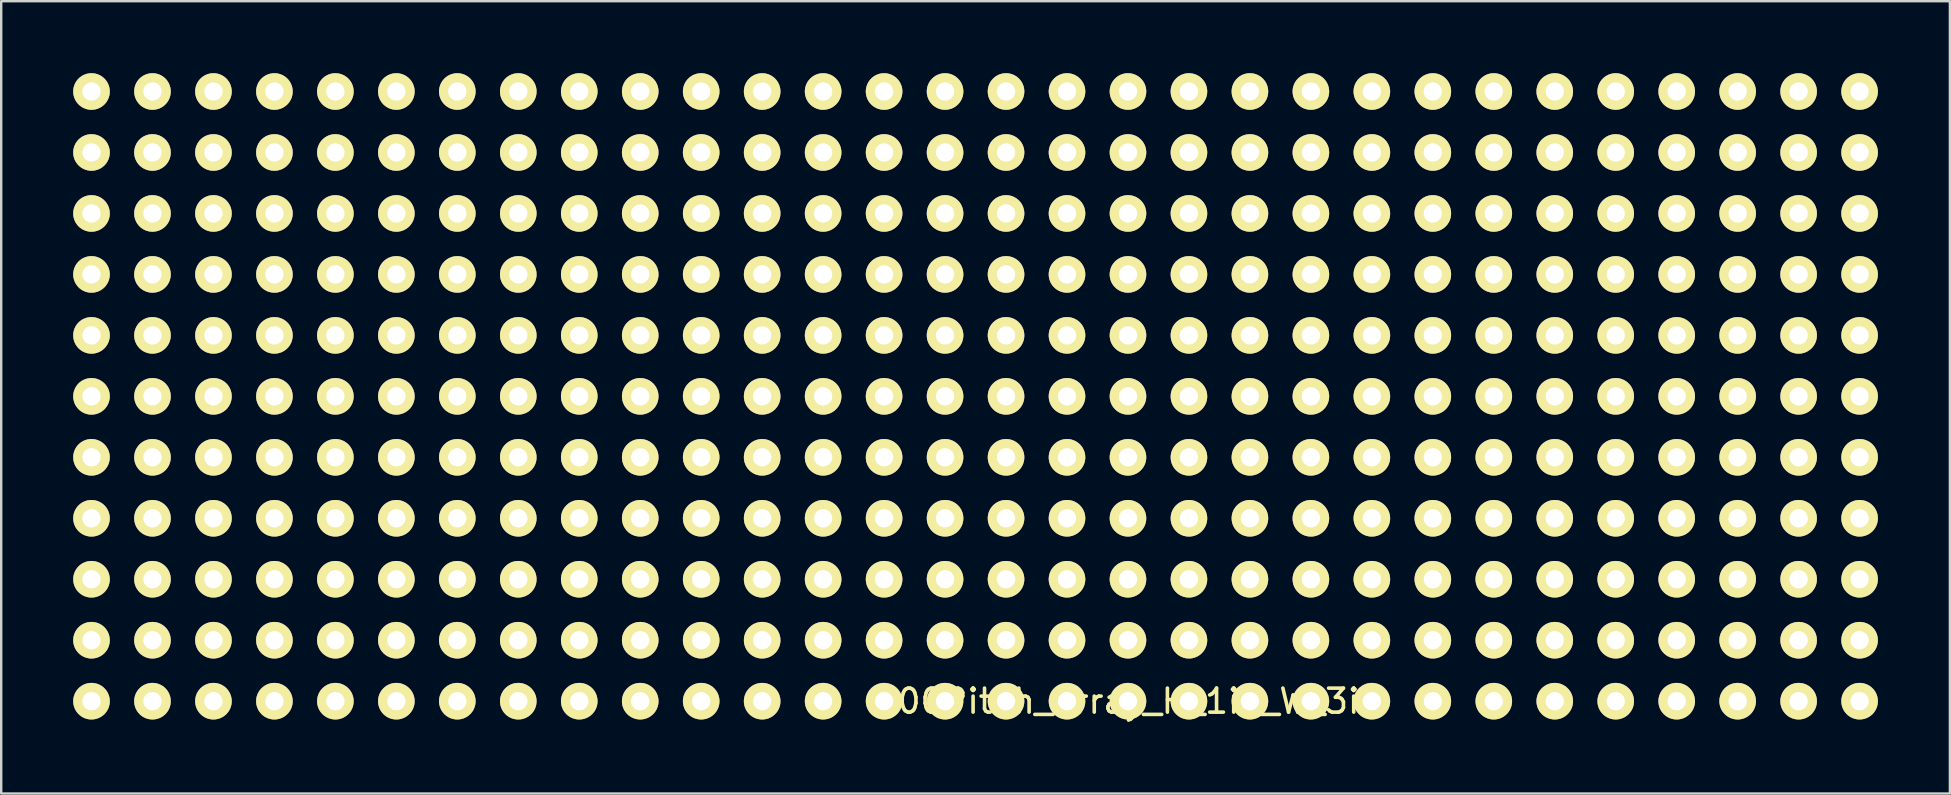
<source format=kicad_pcb>
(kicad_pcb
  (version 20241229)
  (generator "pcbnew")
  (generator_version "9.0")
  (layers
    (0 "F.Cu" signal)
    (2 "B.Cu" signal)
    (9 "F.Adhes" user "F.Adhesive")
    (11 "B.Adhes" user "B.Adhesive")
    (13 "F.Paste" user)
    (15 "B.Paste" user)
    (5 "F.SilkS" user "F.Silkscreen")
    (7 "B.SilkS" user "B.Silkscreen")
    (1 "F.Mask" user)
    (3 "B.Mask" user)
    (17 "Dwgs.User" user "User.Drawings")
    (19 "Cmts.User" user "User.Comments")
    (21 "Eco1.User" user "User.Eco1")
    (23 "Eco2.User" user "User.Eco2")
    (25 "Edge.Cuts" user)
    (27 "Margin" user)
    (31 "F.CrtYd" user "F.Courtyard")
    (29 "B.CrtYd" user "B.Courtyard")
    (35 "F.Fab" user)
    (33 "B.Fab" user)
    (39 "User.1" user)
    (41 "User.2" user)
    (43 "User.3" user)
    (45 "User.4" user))
  (footprint "100Pitch_Array_H_1in_W_3in"
    (layer "F.Cu")
    (at 0.762 0.762)
    (property "Reference" "100Pitch_Array_H_1in_W_3in" (at 43.18 25.4 0) (layer "F.SilkS") (effects (font (size 1 1) (thickness 0.15))))
    (attr through_hole)
    (pad "~" thru_hole circle (at 0 0) (size 1.524 1.524) (drill 0.762) (layers "*.Cu" "*.Mask" "F.SilkS"))
    (pad "~" thru_hole circle (at 0 2.54) (size 1.524 1.524) (drill 0.762) (layers "*.Cu" "*.Mask" "F.SilkS"))
    (pad "~" thru_hole circle (at 0 5.08) (size 1.524 1.524) (drill 0.762) (layers "*.Cu" "*.Mask" "F.SilkS"))
    (pad "~" thru_hole circle (at 0 7.62) (size 1.524 1.524) (drill 0.762) (layers "*.Cu" "*.Mask" "F.SilkS"))
    (pad "~" thru_hole circle (at 0 10.16) (size 1.524 1.524) (drill 0.762) (layers "*.Cu" "*.Mask" "F.SilkS"))
    (pad "~" thru_hole circle (at 0 12.7) (size 1.524 1.524) (drill 0.762) (layers "*.Cu" "*.Mask" "F.SilkS"))
    (pad "~" thru_hole circle (at 0 15.24) (size 1.524 1.524) (drill 0.762) (layers "*.Cu" "*.Mask" "F.SilkS"))
    (pad "~" thru_hole circle (at 0 17.78) (size 1.524 1.524) (drill 0.762) (layers "*.Cu" "*.Mask" "F.SilkS"))
    (pad "~" thru_hole circle (at 0 20.32) (size 1.524 1.524) (drill 0.762) (layers "*.Cu" "*.Mask" "F.SilkS"))
    (pad "~" thru_hole circle (at 0 22.86) (size 1.524 1.524) (drill 0.762) (layers "*.Cu" "*.Mask" "F.SilkS"))
    (pad "~" thru_hole circle (at 0 25.4) (size 1.524 1.524) (drill 0.762) (layers "*.Cu" "*.Mask" "F.SilkS"))
    (pad "~" thru_hole circle (at 2.54 0) (size 1.524 1.524) (drill 0.762) (layers "*.Cu" "*.Mask" "F.SilkS"))
    (pad "~" thru_hole circle (at 2.54 2.54) (size 1.524 1.524) (drill 0.762) (layers "*.Cu" "*.Mask" "F.SilkS"))
    (pad "~" thru_hole circle (at 2.54 5.08) (size 1.524 1.524) (drill 0.762) (layers "*.Cu" "*.Mask" "F.SilkS"))
    (pad "~" thru_hole circle (at 2.54 7.62) (size 1.524 1.524) (drill 0.762) (layers "*.Cu" "*.Mask" "F.SilkS"))
    (pad "~" thru_hole circle (at 2.54 10.16) (size 1.524 1.524) (drill 0.762) (layers "*.Cu" "*.Mask" "F.SilkS"))
    (pad "~" thru_hole circle (at 2.54 12.7) (size 1.524 1.524) (drill 0.762) (layers "*.Cu" "*.Mask" "F.SilkS"))
    (pad "~" thru_hole circle (at 2.54 15.24) (size 1.524 1.524) (drill 0.762) (layers "*.Cu" "*.Mask" "F.SilkS"))
    (pad "~" thru_hole circle (at 2.54 17.78) (size 1.524 1.524) (drill 0.762) (layers "*.Cu" "*.Mask" "F.SilkS"))
    (pad "~" thru_hole circle (at 2.54 20.32) (size 1.524 1.524) (drill 0.762) (layers "*.Cu" "*.Mask" "F.SilkS"))
    (pad "~" thru_hole circle (at 2.54 22.86) (size 1.524 1.524) (drill 0.762) (layers "*.Cu" "*.Mask" "F.SilkS"))
    (pad "~" thru_hole circle (at 2.54 25.4) (size 1.524 1.524) (drill 0.762) (layers "*.Cu" "*.Mask" "F.SilkS"))
    (pad "~" thru_hole circle (at 5.08 0) (size 1.524 1.524) (drill 0.762) (layers "*.Cu" "*.Mask" "F.SilkS"))
    (pad "~" thru_hole circle (at 5.08 2.54) (size 1.524 1.524) (drill 0.762) (layers "*.Cu" "*.Mask" "F.SilkS"))
    (pad "~" thru_hole circle (at 5.08 5.08) (size 1.524 1.524) (drill 0.762) (layers "*.Cu" "*.Mask" "F.SilkS"))
    (pad "~" thru_hole circle (at 5.08 7.62) (size 1.524 1.524) (drill 0.762) (layers "*.Cu" "*.Mask" "F.SilkS"))
    (pad "~" thru_hole circle (at 5.08 10.16) (size 1.524 1.524) (drill 0.762) (layers "*.Cu" "*.Mask" "F.SilkS"))
    (pad "~" thru_hole circle (at 5.08 12.7) (size 1.524 1.524) (drill 0.762) (layers "*.Cu" "*.Mask" "F.SilkS"))
    (pad "~" thru_hole circle (at 5.08 15.24) (size 1.524 1.524) (drill 0.762) (layers "*.Cu" "*.Mask" "F.SilkS"))
    (pad "~" thru_hole circle (at 5.08 17.78) (size 1.524 1.524) (drill 0.762) (layers "*.Cu" "*.Mask" "F.SilkS"))
    (pad "~" thru_hole circle (at 5.08 20.32) (size 1.524 1.524) (drill 0.762) (layers "*.Cu" "*.Mask" "F.SilkS"))
    (pad "~" thru_hole circle (at 5.08 22.86) (size 1.524 1.524) (drill 0.762) (layers "*.Cu" "*.Mask" "F.SilkS"))
    (pad "~" thru_hole circle (at 5.08 25.4) (size 1.524 1.524) (drill 0.762) (layers "*.Cu" "*.Mask" "F.SilkS"))
    (pad "~" thru_hole circle (at 7.62 0) (size 1.524 1.524) (drill 0.762) (layers "*.Cu" "*.Mask" "F.SilkS"))
    (pad "~" thru_hole circle (at 7.62 2.54) (size 1.524 1.524) (drill 0.762) (layers "*.Cu" "*.Mask" "F.SilkS"))
    (pad "~" thru_hole circle (at 7.62 5.08) (size 1.524 1.524) (drill 0.762) (layers "*.Cu" "*.Mask" "F.SilkS"))
    (pad "~" thru_hole circle (at 7.62 7.62) (size 1.524 1.524) (drill 0.762) (layers "*.Cu" "*.Mask" "F.SilkS"))
    (pad "~" thru_hole circle (at 7.62 10.16) (size 1.524 1.524) (drill 0.762) (layers "*.Cu" "*.Mask" "F.SilkS"))
    (pad "~" thru_hole circle (at 7.62 12.7) (size 1.524 1.524) (drill 0.762) (layers "*.Cu" "*.Mask" "F.SilkS"))
    (pad "~" thru_hole circle (at 7.62 15.24) (size 1.524 1.524) (drill 0.762) (layers "*.Cu" "*.Mask" "F.SilkS"))
    (pad "~" thru_hole circle (at 7.62 17.78) (size 1.524 1.524) (drill 0.762) (layers "*.Cu" "*.Mask" "F.SilkS"))
    (pad "~" thru_hole circle (at 7.62 20.32) (size 1.524 1.524) (drill 0.762) (layers "*.Cu" "*.Mask" "F.SilkS"))
    (pad "~" thru_hole circle (at 7.62 22.86) (size 1.524 1.524) (drill 0.762) (layers "*.Cu" "*.Mask" "F.SilkS"))
    (pad "~" thru_hole circle (at 7.62 25.4) (size 1.524 1.524) (drill 0.762) (layers "*.Cu" "*.Mask" "F.SilkS"))
    (pad "~" thru_hole circle (at 10.16 0) (size 1.524 1.524) (drill 0.762) (layers "*.Cu" "*.Mask" "F.SilkS"))
    (pad "~" thru_hole circle (at 10.16 2.54) (size 1.524 1.524) (drill 0.762) (layers "*.Cu" "*.Mask" "F.SilkS"))
    (pad "~" thru_hole circle (at 10.16 5.08) (size 1.524 1.524) (drill 0.762) (layers "*.Cu" "*.Mask" "F.SilkS"))
    (pad "~" thru_hole circle (at 10.16 7.62) (size 1.524 1.524) (drill 0.762) (layers "*.Cu" "*.Mask" "F.SilkS"))
    (pad "~" thru_hole circle (at 10.16 10.16) (size 1.524 1.524) (drill 0.762) (layers "*.Cu" "*.Mask" "F.SilkS"))
    (pad "~" thru_hole circle (at 10.16 12.7) (size 1.524 1.524) (drill 0.762) (layers "*.Cu" "*.Mask" "F.SilkS"))
    (pad "~" thru_hole circle (at 10.16 15.24) (size 1.524 1.524) (drill 0.762) (layers "*.Cu" "*.Mask" "F.SilkS"))
    (pad "~" thru_hole circle (at 10.16 17.78) (size 1.524 1.524) (drill 0.762) (layers "*.Cu" "*.Mask" "F.SilkS"))
    (pad "~" thru_hole circle (at 10.16 20.32) (size 1.524 1.524) (drill 0.762) (layers "*.Cu" "*.Mask" "F.SilkS"))
    (pad "~" thru_hole circle (at 10.16 22.86) (size 1.524 1.524) (drill 0.762) (layers "*.Cu" "*.Mask" "F.SilkS"))
    (pad "~" thru_hole circle (at 10.16 25.4) (size 1.524 1.524) (drill 0.762) (layers "*.Cu" "*.Mask" "F.SilkS"))
    (pad "~" thru_hole circle (at 12.7 0) (size 1.524 1.524) (drill 0.762) (layers "*.Cu" "*.Mask" "F.SilkS"))
    (pad "~" thru_hole circle (at 12.7 2.54) (size 1.524 1.524) (drill 0.762) (layers "*.Cu" "*.Mask" "F.SilkS"))
    (pad "~" thru_hole circle (at 12.7 5.08) (size 1.524 1.524) (drill 0.762) (layers "*.Cu" "*.Mask" "F.SilkS"))
    (pad "~" thru_hole circle (at 12.7 7.62) (size 1.524 1.524) (drill 0.762) (layers "*.Cu" "*.Mask" "F.SilkS"))
    (pad "~" thru_hole circle (at 12.7 10.16) (size 1.524 1.524) (drill 0.762) (layers "*.Cu" "*.Mask" "F.SilkS"))
    (pad "~" thru_hole circle (at 12.7 12.7) (size 1.524 1.524) (drill 0.762) (layers "*.Cu" "*.Mask" "F.SilkS"))
    (pad "~" thru_hole circle (at 12.7 15.24) (size 1.524 1.524) (drill 0.762) (layers "*.Cu" "*.Mask" "F.SilkS"))
    (pad "~" thru_hole circle (at 12.7 17.78) (size 1.524 1.524) (drill 0.762) (layers "*.Cu" "*.Mask" "F.SilkS"))
    (pad "~" thru_hole circle (at 12.7 20.32) (size 1.524 1.524) (drill 0.762) (layers "*.Cu" "*.Mask" "F.SilkS"))
    (pad "~" thru_hole circle (at 12.7 22.86) (size 1.524 1.524) (drill 0.762) (layers "*.Cu" "*.Mask" "F.SilkS"))
    (pad "~" thru_hole circle (at 12.7 25.4) (size 1.524 1.524) (drill 0.762) (layers "*.Cu" "*.Mask" "F.SilkS"))
    (pad "~" thru_hole circle (at 15.24 0) (size 1.524 1.524) (drill 0.762) (layers "*.Cu" "*.Mask" "F.SilkS"))
    (pad "~" thru_hole circle (at 15.24 2.54) (size 1.524 1.524) (drill 0.762) (layers "*.Cu" "*.Mask" "F.SilkS"))
    (pad "~" thru_hole circle (at 15.24 5.08) (size 1.524 1.524) (drill 0.762) (layers "*.Cu" "*.Mask" "F.SilkS"))
    (pad "~" thru_hole circle (at 15.24 7.62) (size 1.524 1.524) (drill 0.762) (layers "*.Cu" "*.Mask" "F.SilkS"))
    (pad "~" thru_hole circle (at 15.24 10.16) (size 1.524 1.524) (drill 0.762) (layers "*.Cu" "*.Mask" "F.SilkS"))
    (pad "~" thru_hole circle (at 15.24 12.7) (size 1.524 1.524) (drill 0.762) (layers "*.Cu" "*.Mask" "F.SilkS"))
    (pad "~" thru_hole circle (at 15.24 15.24) (size 1.524 1.524) (drill 0.762) (layers "*.Cu" "*.Mask" "F.SilkS"))
    (pad "~" thru_hole circle (at 15.24 17.78) (size 1.524 1.524) (drill 0.762) (layers "*.Cu" "*.Mask" "F.SilkS"))
    (pad "~" thru_hole circle (at 15.24 20.32) (size 1.524 1.524) (drill 0.762) (layers "*.Cu" "*.Mask" "F.SilkS"))
    (pad "~" thru_hole circle (at 15.24 22.86) (size 1.524 1.524) (drill 0.762) (layers "*.Cu" "*.Mask" "F.SilkS"))
    (pad "~" thru_hole circle (at 15.24 25.4) (size 1.524 1.524) (drill 0.762) (layers "*.Cu" "*.Mask" "F.SilkS"))
    (pad "~" thru_hole circle (at 17.78 0) (size 1.524 1.524) (drill 0.762) (layers "*.Cu" "*.Mask" "F.SilkS"))
    (pad "~" thru_hole circle (at 17.78 2.54) (size 1.524 1.524) (drill 0.762) (layers "*.Cu" "*.Mask" "F.SilkS"))
    (pad "~" thru_hole circle (at 17.78 5.08) (size 1.524 1.524) (drill 0.762) (layers "*.Cu" "*.Mask" "F.SilkS"))
    (pad "~" thru_hole circle (at 17.78 7.62) (size 1.524 1.524) (drill 0.762) (layers "*.Cu" "*.Mask" "F.SilkS"))
    (pad "~" thru_hole circle (at 17.78 10.16) (size 1.524 1.524) (drill 0.762) (layers "*.Cu" "*.Mask" "F.SilkS"))
    (pad "~" thru_hole circle (at 17.78 12.7) (size 1.524 1.524) (drill 0.762) (layers "*.Cu" "*.Mask" "F.SilkS"))
    (pad "~" thru_hole circle (at 17.78 15.24) (size 1.524 1.524) (drill 0.762) (layers "*.Cu" "*.Mask" "F.SilkS"))
    (pad "~" thru_hole circle (at 17.78 17.78) (size 1.524 1.524) (drill 0.762) (layers "*.Cu" "*.Mask" "F.SilkS"))
    (pad "~" thru_hole circle (at 17.78 20.32) (size 1.524 1.524) (drill 0.762) (layers "*.Cu" "*.Mask" "F.SilkS"))
    (pad "~" thru_hole circle (at 17.78 22.86) (size 1.524 1.524) (drill 0.762) (layers "*.Cu" "*.Mask" "F.SilkS"))
    (pad "~" thru_hole circle (at 17.78 25.4) (size 1.524 1.524) (drill 0.762) (layers "*.Cu" "*.Mask" "F.SilkS"))
    (pad "~" thru_hole circle (at 20.32 0) (size 1.524 1.524) (drill 0.762) (layers "*.Cu" "*.Mask" "F.SilkS"))
    (pad "~" thru_hole circle (at 20.32 2.54) (size 1.524 1.524) (drill 0.762) (layers "*.Cu" "*.Mask" "F.SilkS"))
    (pad "~" thru_hole circle (at 20.32 5.08) (size 1.524 1.524) (drill 0.762) (layers "*.Cu" "*.Mask" "F.SilkS"))
    (pad "~" thru_hole circle (at 20.32 7.62) (size 1.524 1.524) (drill 0.762) (layers "*.Cu" "*.Mask" "F.SilkS"))
    (pad "~" thru_hole circle (at 20.32 10.16) (size 1.524 1.524) (drill 0.762) (layers "*.Cu" "*.Mask" "F.SilkS"))
    (pad "~" thru_hole circle (at 20.32 12.7) (size 1.524 1.524) (drill 0.762) (layers "*.Cu" "*.Mask" "F.SilkS"))
    (pad "~" thru_hole circle (at 20.32 15.24) (size 1.524 1.524) (drill 0.762) (layers "*.Cu" "*.Mask" "F.SilkS"))
    (pad "~" thru_hole circle (at 20.32 17.78) (size 1.524 1.524) (drill 0.762) (layers "*.Cu" "*.Mask" "F.SilkS"))
    (pad "~" thru_hole circle (at 20.32 20.32) (size 1.524 1.524) (drill 0.762) (layers "*.Cu" "*.Mask" "F.SilkS"))
    (pad "~" thru_hole circle (at 20.32 22.86) (size 1.524 1.524) (drill 0.762) (layers "*.Cu" "*.Mask" "F.SilkS"))
    (pad "~" thru_hole circle (at 20.32 25.4) (size 1.524 1.524) (drill 0.762) (layers "*.Cu" "*.Mask" "F.SilkS"))
    (pad "~" thru_hole circle (at 22.86 0) (size 1.524 1.524) (drill 0.762) (layers "*.Cu" "*.Mask" "F.SilkS"))
    (pad "~" thru_hole circle (at 22.86 2.54) (size 1.524 1.524) (drill 0.762) (layers "*.Cu" "*.Mask" "F.SilkS"))
    (pad "~" thru_hole circle (at 22.86 5.08) (size 1.524 1.524) (drill 0.762) (layers "*.Cu" "*.Mask" "F.SilkS"))
    (pad "~" thru_hole circle (at 22.86 7.62) (size 1.524 1.524) (drill 0.762) (layers "*.Cu" "*.Mask" "F.SilkS"))
    (pad "~" thru_hole circle (at 22.86 10.16) (size 1.524 1.524) (drill 0.762) (layers "*.Cu" "*.Mask" "F.SilkS"))
    (pad "~" thru_hole circle (at 22.86 12.7) (size 1.524 1.524) (drill 0.762) (layers "*.Cu" "*.Mask" "F.SilkS"))
    (pad "~" thru_hole circle (at 22.86 15.24) (size 1.524 1.524) (drill 0.762) (layers "*.Cu" "*.Mask" "F.SilkS"))
    (pad "~" thru_hole circle (at 22.86 17.78) (size 1.524 1.524) (drill 0.762) (layers "*.Cu" "*.Mask" "F.SilkS"))
    (pad "~" thru_hole circle (at 22.86 20.32) (size 1.524 1.524) (drill 0.762) (layers "*.Cu" "*.Mask" "F.SilkS"))
    (pad "~" thru_hole circle (at 22.86 22.86) (size 1.524 1.524) (drill 0.762) (layers "*.Cu" "*.Mask" "F.SilkS"))
    (pad "~" thru_hole circle (at 22.86 25.4) (size 1.524 1.524) (drill 0.762) (layers "*.Cu" "*.Mask" "F.SilkS"))
    (pad "~" thru_hole circle (at 25.4 0) (size 1.524 1.524) (drill 0.762) (layers "*.Cu" "*.Mask" "F.SilkS"))
    (pad "~" thru_hole circle (at 25.4 2.54) (size 1.524 1.524) (drill 0.762) (layers "*.Cu" "*.Mask" "F.SilkS"))
    (pad "~" thru_hole circle (at 25.4 5.08) (size 1.524 1.524) (drill 0.762) (layers "*.Cu" "*.Mask" "F.SilkS"))
    (pad "~" thru_hole circle (at 25.4 7.62) (size 1.524 1.524) (drill 0.762) (layers "*.Cu" "*.Mask" "F.SilkS"))
    (pad "~" thru_hole circle (at 25.4 10.16) (size 1.524 1.524) (drill 0.762) (layers "*.Cu" "*.Mask" "F.SilkS"))
    (pad "~" thru_hole circle (at 25.4 12.7) (size 1.524 1.524) (drill 0.762) (layers "*.Cu" "*.Mask" "F.SilkS"))
    (pad "~" thru_hole circle (at 25.4 15.24) (size 1.524 1.524) (drill 0.762) (layers "*.Cu" "*.Mask" "F.SilkS"))
    (pad "~" thru_hole circle (at 25.4 17.78) (size 1.524 1.524) (drill 0.762) (layers "*.Cu" "*.Mask" "F.SilkS"))
    (pad "~" thru_hole circle (at 25.4 20.32) (size 1.524 1.524) (drill 0.762) (layers "*.Cu" "*.Mask" "F.SilkS"))
    (pad "~" thru_hole circle (at 25.4 22.86) (size 1.524 1.524) (drill 0.762) (layers "*.Cu" "*.Mask" "F.SilkS"))
    (pad "~" thru_hole circle (at 25.4 25.4) (size 1.524 1.524) (drill 0.762) (layers "*.Cu" "*.Mask" "F.SilkS"))
    (pad "~" thru_hole circle (at 27.94 0) (size 1.524 1.524) (drill 0.762) (layers "*.Cu" "*.Mask" "F.SilkS"))
    (pad "~" thru_hole circle (at 27.94 2.54) (size 1.524 1.524) (drill 0.762) (layers "*.Cu" "*.Mask" "F.SilkS"))
    (pad "~" thru_hole circle (at 27.94 5.08) (size 1.524 1.524) (drill 0.762) (layers "*.Cu" "*.Mask" "F.SilkS"))
    (pad "~" thru_hole circle (at 27.94 7.62) (size 1.524 1.524) (drill 0.762) (layers "*.Cu" "*.Mask" "F.SilkS"))
    (pad "~" thru_hole circle (at 27.94 10.16) (size 1.524 1.524) (drill 0.762) (layers "*.Cu" "*.Mask" "F.SilkS"))
    (pad "~" thru_hole circle (at 27.94 12.7) (size 1.524 1.524) (drill 0.762) (layers "*.Cu" "*.Mask" "F.SilkS"))
    (pad "~" thru_hole circle (at 27.94 15.24) (size 1.524 1.524) (drill 0.762) (layers "*.Cu" "*.Mask" "F.SilkS"))
    (pad "~" thru_hole circle (at 27.94 17.78) (size 1.524 1.524) (drill 0.762) (layers "*.Cu" "*.Mask" "F.SilkS"))
    (pad "~" thru_hole circle (at 27.94 20.32) (size 1.524 1.524) (drill 0.762) (layers "*.Cu" "*.Mask" "F.SilkS"))
    (pad "~" thru_hole circle (at 27.94 22.86) (size 1.524 1.524) (drill 0.762) (layers "*.Cu" "*.Mask" "F.SilkS"))
    (pad "~" thru_hole circle (at 27.94 25.4) (size 1.524 1.524) (drill 0.762) (layers "*.Cu" "*.Mask" "F.SilkS"))
    (pad "~" thru_hole circle (at 30.48 0) (size 1.524 1.524) (drill 0.762) (layers "*.Cu" "*.Mask" "F.SilkS"))
    (pad "~" thru_hole circle (at 30.48 2.54) (size 1.524 1.524) (drill 0.762) (layers "*.Cu" "*.Mask" "F.SilkS"))
    (pad "~" thru_hole circle (at 30.48 5.08) (size 1.524 1.524) (drill 0.762) (layers "*.Cu" "*.Mask" "F.SilkS"))
    (pad "~" thru_hole circle (at 30.48 7.62) (size 1.524 1.524) (drill 0.762) (layers "*.Cu" "*.Mask" "F.SilkS"))
    (pad "~" thru_hole circle (at 30.48 10.16) (size 1.524 1.524) (drill 0.762) (layers "*.Cu" "*.Mask" "F.SilkS"))
    (pad "~" thru_hole circle (at 30.48 12.7) (size 1.524 1.524) (drill 0.762) (layers "*.Cu" "*.Mask" "F.SilkS"))
    (pad "~" thru_hole circle (at 30.48 15.24) (size 1.524 1.524) (drill 0.762) (layers "*.Cu" "*.Mask" "F.SilkS"))
    (pad "~" thru_hole circle (at 30.48 17.78) (size 1.524 1.524) (drill 0.762) (layers "*.Cu" "*.Mask" "F.SilkS"))
    (pad "~" thru_hole circle (at 30.48 20.32) (size 1.524 1.524) (drill 0.762) (layers "*.Cu" "*.Mask" "F.SilkS"))
    (pad "~" thru_hole circle (at 30.48 22.86) (size 1.524 1.524) (drill 0.762) (layers "*.Cu" "*.Mask" "F.SilkS"))
    (pad "~" thru_hole circle (at 30.48 25.4) (size 1.524 1.524) (drill 0.762) (layers "*.Cu" "*.Mask" "F.SilkS"))
    (pad "~" thru_hole circle (at 33.02 0) (size 1.524 1.524) (drill 0.762) (layers "*.Cu" "*.Mask" "F.SilkS"))
    (pad "~" thru_hole circle (at 33.02 2.54) (size 1.524 1.524) (drill 0.762) (layers "*.Cu" "*.Mask" "F.SilkS"))
    (pad "~" thru_hole circle (at 33.02 5.08) (size 1.524 1.524) (drill 0.762) (layers "*.Cu" "*.Mask" "F.SilkS"))
    (pad "~" thru_hole circle (at 33.02 7.62) (size 1.524 1.524) (drill 0.762) (layers "*.Cu" "*.Mask" "F.SilkS"))
    (pad "~" thru_hole circle (at 33.02 10.16) (size 1.524 1.524) (drill 0.762) (layers "*.Cu" "*.Mask" "F.SilkS"))
    (pad "~" thru_hole circle (at 33.02 12.7) (size 1.524 1.524) (drill 0.762) (layers "*.Cu" "*.Mask" "F.SilkS"))
    (pad "~" thru_hole circle (at 33.02 15.24) (size 1.524 1.524) (drill 0.762) (layers "*.Cu" "*.Mask" "F.SilkS"))
    (pad "~" thru_hole circle (at 33.02 17.78) (size 1.524 1.524) (drill 0.762) (layers "*.Cu" "*.Mask" "F.SilkS"))
    (pad "~" thru_hole circle (at 33.02 20.32) (size 1.524 1.524) (drill 0.762) (layers "*.Cu" "*.Mask" "F.SilkS"))
    (pad "~" thru_hole circle (at 33.02 22.86) (size 1.524 1.524) (drill 0.762) (layers "*.Cu" "*.Mask" "F.SilkS"))
    (pad "~" thru_hole circle (at 33.02 25.4) (size 1.524 1.524) (drill 0.762) (layers "*.Cu" "*.Mask" "F.SilkS"))
    (pad "~" thru_hole circle (at 35.56 0) (size 1.524 1.524) (drill 0.762) (layers "*.Cu" "*.Mask" "F.SilkS"))
    (pad "~" thru_hole circle (at 35.56 2.54) (size 1.524 1.524) (drill 0.762) (layers "*.Cu" "*.Mask" "F.SilkS"))
    (pad "~" thru_hole circle (at 35.56 5.08) (size 1.524 1.524) (drill 0.762) (layers "*.Cu" "*.Mask" "F.SilkS"))
    (pad "~" thru_hole circle (at 35.56 7.62) (size 1.524 1.524) (drill 0.762) (layers "*.Cu" "*.Mask" "F.SilkS"))
    (pad "~" thru_hole circle (at 35.56 10.16) (size 1.524 1.524) (drill 0.762) (layers "*.Cu" "*.Mask" "F.SilkS"))
    (pad "~" thru_hole circle (at 35.56 12.7) (size 1.524 1.524) (drill 0.762) (layers "*.Cu" "*.Mask" "F.SilkS"))
    (pad "~" thru_hole circle (at 35.56 15.24) (size 1.524 1.524) (drill 0.762) (layers "*.Cu" "*.Mask" "F.SilkS"))
    (pad "~" thru_hole circle (at 35.56 17.78) (size 1.524 1.524) (drill 0.762) (layers "*.Cu" "*.Mask" "F.SilkS"))
    (pad "~" thru_hole circle (at 35.56 20.32) (size 1.524 1.524) (drill 0.762) (layers "*.Cu" "*.Mask" "F.SilkS"))
    (pad "~" thru_hole circle (at 35.56 22.86) (size 1.524 1.524) (drill 0.762) (layers "*.Cu" "*.Mask" "F.SilkS"))
    (pad "~" thru_hole circle (at 35.56 25.4) (size 1.524 1.524) (drill 0.762) (layers "*.Cu" "*.Mask" "F.SilkS"))
    (pad "~" thru_hole circle (at 38.1 0) (size 1.524 1.524) (drill 0.762) (layers "*.Cu" "*.Mask" "F.SilkS"))
    (pad "~" thru_hole circle (at 38.1 2.54) (size 1.524 1.524) (drill 0.762) (layers "*.Cu" "*.Mask" "F.SilkS"))
    (pad "~" thru_hole circle (at 38.1 5.08) (size 1.524 1.524) (drill 0.762) (layers "*.Cu" "*.Mask" "F.SilkS"))
    (pad "~" thru_hole circle (at 38.1 7.62) (size 1.524 1.524) (drill 0.762) (layers "*.Cu" "*.Mask" "F.SilkS"))
    (pad "~" thru_hole circle (at 38.1 10.16) (size 1.524 1.524) (drill 0.762) (layers "*.Cu" "*.Mask" "F.SilkS"))
    (pad "~" thru_hole circle (at 38.1 12.7) (size 1.524 1.524) (drill 0.762) (layers "*.Cu" "*.Mask" "F.SilkS"))
    (pad "~" thru_hole circle (at 38.1 15.24) (size 1.524 1.524) (drill 0.762) (layers "*.Cu" "*.Mask" "F.SilkS"))
    (pad "~" thru_hole circle (at 38.1 17.78) (size 1.524 1.524) (drill 0.762) (layers "*.Cu" "*.Mask" "F.SilkS"))
    (pad "~" thru_hole circle (at 38.1 20.32) (size 1.524 1.524) (drill 0.762) (layers "*.Cu" "*.Mask" "F.SilkS"))
    (pad "~" thru_hole circle (at 38.1 22.86) (size 1.524 1.524) (drill 0.762) (layers "*.Cu" "*.Mask" "F.SilkS"))
    (pad "~" thru_hole circle (at 38.1 25.4) (size 1.524 1.524) (drill 0.762) (layers "*.Cu" "*.Mask" "F.SilkS"))
    (pad "~" thru_hole circle (at 40.64 0) (size 1.524 1.524) (drill 0.762) (layers "*.Cu" "*.Mask" "F.SilkS"))
    (pad "~" thru_hole circle (at 40.64 2.54) (size 1.524 1.524) (drill 0.762) (layers "*.Cu" "*.Mask" "F.SilkS"))
    (pad "~" thru_hole circle (at 40.64 5.08) (size 1.524 1.524) (drill 0.762) (layers "*.Cu" "*.Mask" "F.SilkS"))
    (pad "~" thru_hole circle (at 40.64 7.62) (size 1.524 1.524) (drill 0.762) (layers "*.Cu" "*.Mask" "F.SilkS"))
    (pad "~" thru_hole circle (at 40.64 10.16) (size 1.524 1.524) (drill 0.762) (layers "*.Cu" "*.Mask" "F.SilkS"))
    (pad "~" thru_hole circle (at 40.64 12.7) (size 1.524 1.524) (drill 0.762) (layers "*.Cu" "*.Mask" "F.SilkS"))
    (pad "~" thru_hole circle (at 40.64 15.24) (size 1.524 1.524) (drill 0.762) (layers "*.Cu" "*.Mask" "F.SilkS"))
    (pad "~" thru_hole circle (at 40.64 17.78) (size 1.524 1.524) (drill 0.762) (layers "*.Cu" "*.Mask" "F.SilkS"))
    (pad "~" thru_hole circle (at 40.64 20.32) (size 1.524 1.524) (drill 0.762) (layers "*.Cu" "*.Mask" "F.SilkS"))
    (pad "~" thru_hole circle (at 40.64 22.86) (size 1.524 1.524) (drill 0.762) (layers "*.Cu" "*.Mask" "F.SilkS"))
    (pad "~" thru_hole circle (at 40.64 25.4) (size 1.524 1.524) (drill 0.762) (layers "*.Cu" "*.Mask" "F.SilkS"))
    (pad "~" thru_hole circle (at 43.18 0) (size 1.524 1.524) (drill 0.762) (layers "*.Cu" "*.Mask" "F.SilkS"))
    (pad "~" thru_hole circle (at 43.18 2.54) (size 1.524 1.524) (drill 0.762) (layers "*.Cu" "*.Mask" "F.SilkS"))
    (pad "~" thru_hole circle (at 43.18 5.08) (size 1.524 1.524) (drill 0.762) (layers "*.Cu" "*.Mask" "F.SilkS"))
    (pad "~" thru_hole circle (at 43.18 7.62) (size 1.524 1.524) (drill 0.762) (layers "*.Cu" "*.Mask" "F.SilkS"))
    (pad "~" thru_hole circle (at 43.18 10.16) (size 1.524 1.524) (drill 0.762) (layers "*.Cu" "*.Mask" "F.SilkS"))
    (pad "~" thru_hole circle (at 43.18 12.7) (size 1.524 1.524) (drill 0.762) (layers "*.Cu" "*.Mask" "F.SilkS"))
    (pad "~" thru_hole circle (at 43.18 15.24) (size 1.524 1.524) (drill 0.762) (layers "*.Cu" "*.Mask" "F.SilkS"))
    (pad "~" thru_hole circle (at 43.18 17.78) (size 1.524 1.524) (drill 0.762) (layers "*.Cu" "*.Mask" "F.SilkS"))
    (pad "~" thru_hole circle (at 43.18 20.32) (size 1.524 1.524) (drill 0.762) (layers "*.Cu" "*.Mask" "F.SilkS"))
    (pad "~" thru_hole circle (at 43.18 22.86) (size 1.524 1.524) (drill 0.762) (layers "*.Cu" "*.Mask" "F.SilkS"))
    (pad "~" thru_hole circle (at 43.18 25.4) (size 1.524 1.524) (drill 0.762) (layers "*.Cu" "*.Mask" "F.SilkS"))
    (pad "~" thru_hole circle (at 45.72 0) (size 1.524 1.524) (drill 0.762) (layers "*.Cu" "*.Mask" "F.SilkS"))
    (pad "~" thru_hole circle (at 45.72 2.54) (size 1.524 1.524) (drill 0.762) (layers "*.Cu" "*.Mask" "F.SilkS"))
    (pad "~" thru_hole circle (at 45.72 5.08) (size 1.524 1.524) (drill 0.762) (layers "*.Cu" "*.Mask" "F.SilkS"))
    (pad "~" thru_hole circle (at 45.72 7.62) (size 1.524 1.524) (drill 0.762) (layers "*.Cu" "*.Mask" "F.SilkS"))
    (pad "~" thru_hole circle (at 45.72 10.16) (size 1.524 1.524) (drill 0.762) (layers "*.Cu" "*.Mask" "F.SilkS"))
    (pad "~" thru_hole circle (at 45.72 12.7) (size 1.524 1.524) (drill 0.762) (layers "*.Cu" "*.Mask" "F.SilkS"))
    (pad "~" thru_hole circle (at 45.72 15.24) (size 1.524 1.524) (drill 0.762) (layers "*.Cu" "*.Mask" "F.SilkS"))
    (pad "~" thru_hole circle (at 45.72 17.78) (size 1.524 1.524) (drill 0.762) (layers "*.Cu" "*.Mask" "F.SilkS"))
    (pad "~" thru_hole circle (at 45.72 20.32) (size 1.524 1.524) (drill 0.762) (layers "*.Cu" "*.Mask" "F.SilkS"))
    (pad "~" thru_hole circle (at 45.72 22.86) (size 1.524 1.524) (drill 0.762) (layers "*.Cu" "*.Mask" "F.SilkS"))
    (pad "~" thru_hole circle (at 45.72 25.4) (size 1.524 1.524) (drill 0.762) (layers "*.Cu" "*.Mask" "F.SilkS"))
    (pad "~" thru_hole circle (at 48.26 0) (size 1.524 1.524) (drill 0.762) (layers "*.Cu" "*.Mask" "F.SilkS"))
    (pad "~" thru_hole circle (at 48.26 2.54) (size 1.524 1.524) (drill 0.762) (layers "*.Cu" "*.Mask" "F.SilkS"))
    (pad "~" thru_hole circle (at 48.26 5.08) (size 1.524 1.524) (drill 0.762) (layers "*.Cu" "*.Mask" "F.SilkS"))
    (pad "~" thru_hole circle (at 48.26 7.62) (size 1.524 1.524) (drill 0.762) (layers "*.Cu" "*.Mask" "F.SilkS"))
    (pad "~" thru_hole circle (at 48.26 10.16) (size 1.524 1.524) (drill 0.762) (layers "*.Cu" "*.Mask" "F.SilkS"))
    (pad "~" thru_hole circle (at 48.26 12.7) (size 1.524 1.524) (drill 0.762) (layers "*.Cu" "*.Mask" "F.SilkS"))
    (pad "~" thru_hole circle (at 48.26 15.24) (size 1.524 1.524) (drill 0.762) (layers "*.Cu" "*.Mask" "F.SilkS"))
    (pad "~" thru_hole circle (at 48.26 17.78) (size 1.524 1.524) (drill 0.762) (layers "*.Cu" "*.Mask" "F.SilkS"))
    (pad "~" thru_hole circle (at 48.26 20.32) (size 1.524 1.524) (drill 0.762) (layers "*.Cu" "*.Mask" "F.SilkS"))
    (pad "~" thru_hole circle (at 48.26 22.86) (size 1.524 1.524) (drill 0.762) (layers "*.Cu" "*.Mask" "F.SilkS"))
    (pad "~" thru_hole circle (at 48.26 25.4) (size 1.524 1.524) (drill 0.762) (layers "*.Cu" "*.Mask" "F.SilkS"))
    (pad "~" thru_hole circle (at 50.8 0) (size 1.524 1.524) (drill 0.762) (layers "*.Cu" "*.Mask" "F.SilkS"))
    (pad "~" thru_hole circle (at 50.8 2.54) (size 1.524 1.524) (drill 0.762) (layers "*.Cu" "*.Mask" "F.SilkS"))
    (pad "~" thru_hole circle (at 50.8 5.08) (size 1.524 1.524) (drill 0.762) (layers "*.Cu" "*.Mask" "F.SilkS"))
    (pad "~" thru_hole circle (at 50.8 7.62) (size 1.524 1.524) (drill 0.762) (layers "*.Cu" "*.Mask" "F.SilkS"))
    (pad "~" thru_hole circle (at 50.8 10.16) (size 1.524 1.524) (drill 0.762) (layers "*.Cu" "*.Mask" "F.SilkS"))
    (pad "~" thru_hole circle (at 50.8 12.7) (size 1.524 1.524) (drill 0.762) (layers "*.Cu" "*.Mask" "F.SilkS"))
    (pad "~" thru_hole circle (at 50.8 15.24) (size 1.524 1.524) (drill 0.762) (layers "*.Cu" "*.Mask" "F.SilkS"))
    (pad "~" thru_hole circle (at 50.8 17.78) (size 1.524 1.524) (drill 0.762) (layers "*.Cu" "*.Mask" "F.SilkS"))
    (pad "~" thru_hole circle (at 50.8 20.32) (size 1.524 1.524) (drill 0.762) (layers "*.Cu" "*.Mask" "F.SilkS"))
    (pad "~" thru_hole circle (at 50.8 22.86) (size 1.524 1.524) (drill 0.762) (layers "*.Cu" "*.Mask" "F.SilkS"))
    (pad "~" thru_hole circle (at 50.8 25.4) (size 1.524 1.524) (drill 0.762) (layers "*.Cu" "*.Mask" "F.SilkS"))
    (pad "~" thru_hole circle (at 53.34 0) (size 1.524 1.524) (drill 0.762) (layers "*.Cu" "*.Mask" "F.SilkS"))
    (pad "~" thru_hole circle (at 53.34 2.54) (size 1.524 1.524) (drill 0.762) (layers "*.Cu" "*.Mask" "F.SilkS"))
    (pad "~" thru_hole circle (at 53.34 5.08) (size 1.524 1.524) (drill 0.762) (layers "*.Cu" "*.Mask" "F.SilkS"))
    (pad "~" thru_hole circle (at 53.34 7.62) (size 1.524 1.524) (drill 0.762) (layers "*.Cu" "*.Mask" "F.SilkS"))
    (pad "~" thru_hole circle (at 53.34 10.16) (size 1.524 1.524) (drill 0.762) (layers "*.Cu" "*.Mask" "F.SilkS"))
    (pad "~" thru_hole circle (at 53.34 12.7) (size 1.524 1.524) (drill 0.762) (layers "*.Cu" "*.Mask" "F.SilkS"))
    (pad "~" thru_hole circle (at 53.34 15.24) (size 1.524 1.524) (drill 0.762) (layers "*.Cu" "*.Mask" "F.SilkS"))
    (pad "~" thru_hole circle (at 53.34 17.78) (size 1.524 1.524) (drill 0.762) (layers "*.Cu" "*.Mask" "F.SilkS"))
    (pad "~" thru_hole circle (at 53.34 20.32) (size 1.524 1.524) (drill 0.762) (layers "*.Cu" "*.Mask" "F.SilkS"))
    (pad "~" thru_hole circle (at 53.34 22.86) (size 1.524 1.524) (drill 0.762) (layers "*.Cu" "*.Mask" "F.SilkS"))
    (pad "~" thru_hole circle (at 53.34 25.4) (size 1.524 1.524) (drill 0.762) (layers "*.Cu" "*.Mask" "F.SilkS"))
    (pad "~" thru_hole circle (at 55.88 0) (size 1.524 1.524) (drill 0.762) (layers "*.Cu" "*.Mask" "F.SilkS"))
    (pad "~" thru_hole circle (at 55.88 2.54) (size 1.524 1.524) (drill 0.762) (layers "*.Cu" "*.Mask" "F.SilkS"))
    (pad "~" thru_hole circle (at 55.88 5.08) (size 1.524 1.524) (drill 0.762) (layers "*.Cu" "*.Mask" "F.SilkS"))
    (pad "~" thru_hole circle (at 55.88 7.62) (size 1.524 1.524) (drill 0.762) (layers "*.Cu" "*.Mask" "F.SilkS"))
    (pad "~" thru_hole circle (at 55.88 10.16) (size 1.524 1.524) (drill 0.762) (layers "*.Cu" "*.Mask" "F.SilkS"))
    (pad "~" thru_hole circle (at 55.88 12.7) (size 1.524 1.524) (drill 0.762) (layers "*.Cu" "*.Mask" "F.SilkS"))
    (pad "~" thru_hole circle (at 55.88 15.24) (size 1.524 1.524) (drill 0.762) (layers "*.Cu" "*.Mask" "F.SilkS"))
    (pad "~" thru_hole circle (at 55.88 17.78) (size 1.524 1.524) (drill 0.762) (layers "*.Cu" "*.Mask" "F.SilkS"))
    (pad "~" thru_hole circle (at 55.88 20.32) (size 1.524 1.524) (drill 0.762) (layers "*.Cu" "*.Mask" "F.SilkS"))
    (pad "~" thru_hole circle (at 55.88 22.86) (size 1.524 1.524) (drill 0.762) (layers "*.Cu" "*.Mask" "F.SilkS"))
    (pad "~" thru_hole circle (at 55.88 25.4) (size 1.524 1.524) (drill 0.762) (layers "*.Cu" "*.Mask" "F.SilkS"))
    (pad "~" thru_hole circle (at 58.42 0) (size 1.524 1.524) (drill 0.762) (layers "*.Cu" "*.Mask" "F.SilkS"))
    (pad "~" thru_hole circle (at 58.42 2.54) (size 1.524 1.524) (drill 0.762) (layers "*.Cu" "*.Mask" "F.SilkS"))
    (pad "~" thru_hole circle (at 58.42 5.08) (size 1.524 1.524) (drill 0.762) (layers "*.Cu" "*.Mask" "F.SilkS"))
    (pad "~" thru_hole circle (at 58.42 7.62) (size 1.524 1.524) (drill 0.762) (layers "*.Cu" "*.Mask" "F.SilkS"))
    (pad "~" thru_hole circle (at 58.42 10.16) (size 1.524 1.524) (drill 0.762) (layers "*.Cu" "*.Mask" "F.SilkS"))
    (pad "~" thru_hole circle (at 58.42 12.7) (size 1.524 1.524) (drill 0.762) (layers "*.Cu" "*.Mask" "F.SilkS"))
    (pad "~" thru_hole circle (at 58.42 15.24) (size 1.524 1.524) (drill 0.762) (layers "*.Cu" "*.Mask" "F.SilkS"))
    (pad "~" thru_hole circle (at 58.42 17.78) (size 1.524 1.524) (drill 0.762) (layers "*.Cu" "*.Mask" "F.SilkS"))
    (pad "~" thru_hole circle (at 58.42 20.32) (size 1.524 1.524) (drill 0.762) (layers "*.Cu" "*.Mask" "F.SilkS"))
    (pad "~" thru_hole circle (at 58.42 22.86) (size 1.524 1.524) (drill 0.762) (layers "*.Cu" "*.Mask" "F.SilkS"))
    (pad "~" thru_hole circle (at 58.42 25.4) (size 1.524 1.524) (drill 0.762) (layers "*.Cu" "*.Mask" "F.SilkS"))
    (pad "~" thru_hole circle (at 60.96 0) (size 1.524 1.524) (drill 0.762) (layers "*.Cu" "*.Mask" "F.SilkS"))
    (pad "~" thru_hole circle (at 60.96 2.54) (size 1.524 1.524) (drill 0.762) (layers "*.Cu" "*.Mask" "F.SilkS"))
    (pad "~" thru_hole circle (at 60.96 5.08) (size 1.524 1.524) (drill 0.762) (layers "*.Cu" "*.Mask" "F.SilkS"))
    (pad "~" thru_hole circle (at 60.96 7.62) (size 1.524 1.524) (drill 0.762) (layers "*.Cu" "*.Mask" "F.SilkS"))
    (pad "~" thru_hole circle (at 60.96 10.16) (size 1.524 1.524) (drill 0.762) (layers "*.Cu" "*.Mask" "F.SilkS"))
    (pad "~" thru_hole circle (at 60.96 12.7) (size 1.524 1.524) (drill 0.762) (layers "*.Cu" "*.Mask" "F.SilkS"))
    (pad "~" thru_hole circle (at 60.96 15.24) (size 1.524 1.524) (drill 0.762) (layers "*.Cu" "*.Mask" "F.SilkS"))
    (pad "~" thru_hole circle (at 60.96 17.78) (size 1.524 1.524) (drill 0.762) (layers "*.Cu" "*.Mask" "F.SilkS"))
    (pad "~" thru_hole circle (at 60.96 20.32) (size 1.524 1.524) (drill 0.762) (layers "*.Cu" "*.Mask" "F.SilkS"))
    (pad "~" thru_hole circle (at 60.96 22.86) (size 1.524 1.524) (drill 0.762) (layers "*.Cu" "*.Mask" "F.SilkS"))
    (pad "~" thru_hole circle (at 60.96 25.4) (size 1.524 1.524) (drill 0.762) (layers "*.Cu" "*.Mask" "F.SilkS"))
    (pad "~" thru_hole circle (at 63.5 0) (size 1.524 1.524) (drill 0.762) (layers "*.Cu" "*.Mask" "F.SilkS"))
    (pad "~" thru_hole circle (at 63.5 2.54) (size 1.524 1.524) (drill 0.762) (layers "*.Cu" "*.Mask" "F.SilkS"))
    (pad "~" thru_hole circle (at 63.5 5.08) (size 1.524 1.524) (drill 0.762) (layers "*.Cu" "*.Mask" "F.SilkS"))
    (pad "~" thru_hole circle (at 63.5 7.62) (size 1.524 1.524) (drill 0.762) (layers "*.Cu" "*.Mask" "F.SilkS"))
    (pad "~" thru_hole circle (at 63.5 10.16) (size 1.524 1.524) (drill 0.762) (layers "*.Cu" "*.Mask" "F.SilkS"))
    (pad "~" thru_hole circle (at 63.5 12.7) (size 1.524 1.524) (drill 0.762) (layers "*.Cu" "*.Mask" "F.SilkS"))
    (pad "~" thru_hole circle (at 63.5 15.24) (size 1.524 1.524) (drill 0.762) (layers "*.Cu" "*.Mask" "F.SilkS"))
    (pad "~" thru_hole circle (at 63.5 17.78) (size 1.524 1.524) (drill 0.762) (layers "*.Cu" "*.Mask" "F.SilkS"))
    (pad "~" thru_hole circle (at 63.5 20.32) (size 1.524 1.524) (drill 0.762) (layers "*.Cu" "*.Mask" "F.SilkS"))
    (pad "~" thru_hole circle (at 63.5 22.86) (size 1.524 1.524) (drill 0.762) (layers "*.Cu" "*.Mask" "F.SilkS"))
    (pad "~" thru_hole circle (at 63.5 25.4) (size 1.524 1.524) (drill 0.762) (layers "*.Cu" "*.Mask" "F.SilkS"))
    (pad "~" thru_hole circle (at 66.04 0) (size 1.524 1.524) (drill 0.762) (layers "*.Cu" "*.Mask" "F.SilkS"))
    (pad "~" thru_hole circle (at 66.04 2.54) (size 1.524 1.524) (drill 0.762) (layers "*.Cu" "*.Mask" "F.SilkS"))
    (pad "~" thru_hole circle (at 66.04 5.08) (size 1.524 1.524) (drill 0.762) (layers "*.Cu" "*.Mask" "F.SilkS"))
    (pad "~" thru_hole circle (at 66.04 7.62) (size 1.524 1.524) (drill 0.762) (layers "*.Cu" "*.Mask" "F.SilkS"))
    (pad "~" thru_hole circle (at 66.04 10.16) (size 1.524 1.524) (drill 0.762) (layers "*.Cu" "*.Mask" "F.SilkS"))
    (pad "~" thru_hole circle (at 66.04 12.7) (size 1.524 1.524) (drill 0.762) (layers "*.Cu" "*.Mask" "F.SilkS"))
    (pad "~" thru_hole circle (at 66.04 15.24) (size 1.524 1.524) (drill 0.762) (layers "*.Cu" "*.Mask" "F.SilkS"))
    (pad "~" thru_hole circle (at 66.04 17.78) (size 1.524 1.524) (drill 0.762) (layers "*.Cu" "*.Mask" "F.SilkS"))
    (pad "~" thru_hole circle (at 66.04 20.32) (size 1.524 1.524) (drill 0.762) (layers "*.Cu" "*.Mask" "F.SilkS"))
    (pad "~" thru_hole circle (at 66.04 22.86) (size 1.524 1.524) (drill 0.762) (layers "*.Cu" "*.Mask" "F.SilkS"))
    (pad "~" thru_hole circle (at 66.04 25.4) (size 1.524 1.524) (drill 0.762) (layers "*.Cu" "*.Mask" "F.SilkS"))
    (pad "~" thru_hole circle (at 68.58 0) (size 1.524 1.524) (drill 0.762) (layers "*.Cu" "*.Mask" "F.SilkS"))
    (pad "~" thru_hole circle (at 68.58 2.54) (size 1.524 1.524) (drill 0.762) (layers "*.Cu" "*.Mask" "F.SilkS"))
    (pad "~" thru_hole circle (at 68.58 5.08) (size 1.524 1.524) (drill 0.762) (layers "*.Cu" "*.Mask" "F.SilkS"))
    (pad "~" thru_hole circle (at 68.58 7.62) (size 1.524 1.524) (drill 0.762) (layers "*.Cu" "*.Mask" "F.SilkS"))
    (pad "~" thru_hole circle (at 68.58 10.16) (size 1.524 1.524) (drill 0.762) (layers "*.Cu" "*.Mask" "F.SilkS"))
    (pad "~" thru_hole circle (at 68.58 12.7) (size 1.524 1.524) (drill 0.762) (layers "*.Cu" "*.Mask" "F.SilkS"))
    (pad "~" thru_hole circle (at 68.58 15.24) (size 1.524 1.524) (drill 0.762) (layers "*.Cu" "*.Mask" "F.SilkS"))
    (pad "~" thru_hole circle (at 68.58 17.78) (size 1.524 1.524) (drill 0.762) (layers "*.Cu" "*.Mask" "F.SilkS"))
    (pad "~" thru_hole circle (at 68.58 20.32) (size 1.524 1.524) (drill 0.762) (layers "*.Cu" "*.Mask" "F.SilkS"))
    (pad "~" thru_hole circle (at 68.58 22.86) (size 1.524 1.524) (drill 0.762) (layers "*.Cu" "*.Mask" "F.SilkS"))
    (pad "~" thru_hole circle (at 68.58 25.4) (size 1.524 1.524) (drill 0.762) (layers "*.Cu" "*.Mask" "F.SilkS"))
    (pad "~" thru_hole circle (at 71.12 0) (size 1.524 1.524) (drill 0.762) (layers "*.Cu" "*.Mask" "F.SilkS"))
    (pad "~" thru_hole circle (at 71.12 2.54) (size 1.524 1.524) (drill 0.762) (layers "*.Cu" "*.Mask" "F.SilkS"))
    (pad "~" thru_hole circle (at 71.12 5.08) (size 1.524 1.524) (drill 0.762) (layers "*.Cu" "*.Mask" "F.SilkS"))
    (pad "~" thru_hole circle (at 71.12 7.62) (size 1.524 1.524) (drill 0.762) (layers "*.Cu" "*.Mask" "F.SilkS"))
    (pad "~" thru_hole circle (at 71.12 10.16) (size 1.524 1.524) (drill 0.762) (layers "*.Cu" "*.Mask" "F.SilkS"))
    (pad "~" thru_hole circle (at 71.12 12.7) (size 1.524 1.524) (drill 0.762) (layers "*.Cu" "*.Mask" "F.SilkS"))
    (pad "~" thru_hole circle (at 71.12 15.24) (size 1.524 1.524) (drill 0.762) (layers "*.Cu" "*.Mask" "F.SilkS"))
    (pad "~" thru_hole circle (at 71.12 17.78) (size 1.524 1.524) (drill 0.762) (layers "*.Cu" "*.Mask" "F.SilkS"))
    (pad "~" thru_hole circle (at 71.12 20.32) (size 1.524 1.524) (drill 0.762) (layers "*.Cu" "*.Mask" "F.SilkS"))
    (pad "~" thru_hole circle (at 71.12 22.86) (size 1.524 1.524) (drill 0.762) (layers "*.Cu" "*.Mask" "F.SilkS"))
    (pad "~" thru_hole circle (at 71.12 25.4) (size 1.524 1.524) (drill 0.762) (layers "*.Cu" "*.Mask" "F.SilkS"))
    (pad "~" thru_hole circle (at 73.66 0) (size 1.524 1.524) (drill 0.762) (layers "*.Cu" "*.Mask" "F.SilkS"))
    (pad "~" thru_hole circle (at 73.66 2.54) (size 1.524 1.524) (drill 0.762) (layers "*.Cu" "*.Mask" "F.SilkS"))
    (pad "~" thru_hole circle (at 73.66 5.08) (size 1.524 1.524) (drill 0.762) (layers "*.Cu" "*.Mask" "F.SilkS"))
    (pad "~" thru_hole circle (at 73.66 7.62) (size 1.524 1.524) (drill 0.762) (layers "*.Cu" "*.Mask" "F.SilkS"))
    (pad "~" thru_hole circle (at 73.66 10.16) (size 1.524 1.524) (drill 0.762) (layers "*.Cu" "*.Mask" "F.SilkS"))
    (pad "~" thru_hole circle (at 73.66 12.7) (size 1.524 1.524) (drill 0.762) (layers "*.Cu" "*.Mask" "F.SilkS"))
    (pad "~" thru_hole circle (at 73.66 15.24) (size 1.524 1.524) (drill 0.762) (layers "*.Cu" "*.Mask" "F.SilkS"))
    (pad "~" thru_hole circle (at 73.66 17.78) (size 1.524 1.524) (drill 0.762) (layers "*.Cu" "*.Mask" "F.SilkS"))
    (pad "~" thru_hole circle (at 73.66 20.32) (size 1.524 1.524) (drill 0.762) (layers "*.Cu" "*.Mask" "F.SilkS"))
    (pad "~" thru_hole circle (at 73.66 22.86) (size 1.524 1.524) (drill 0.762) (layers "*.Cu" "*.Mask" "F.SilkS"))
    (pad "~" thru_hole circle (at 73.66 25.4) (size 1.524 1.524) (drill 0.762) (layers "*.Cu" "*.Mask" "F.SilkS")))
  (gr_rect
    (start -3 -3)
    (end 78.184 30.01)
    (stroke (width 0.1) (type default))
    (fill no)
    (layer "Edge.Cuts")))
</source>
